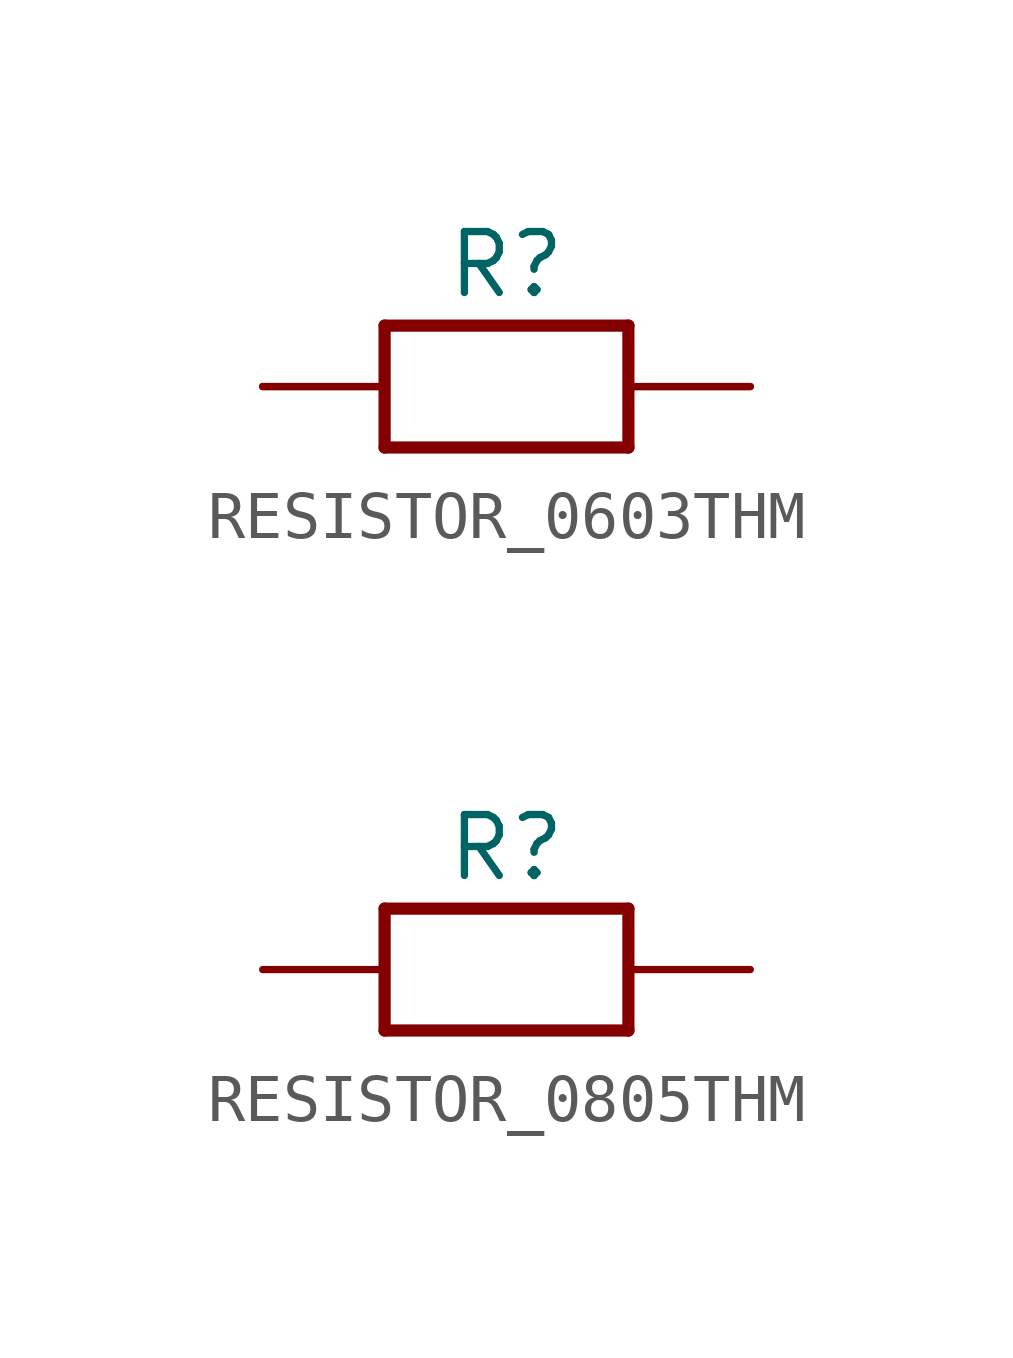
<source format=kicad_sym>
(kicad_symbol_lib
  (version 20231120)
  (generator "kicad_symbol_editor")
  (generator_version "8.0")
  (symbol "RESISTOR_0603THM"
    (property "Reference" "R"
      (at 0 2.54 0)
      (effects (font (size 1.27 1.27))))
    (property "Value" ""
      (at 0 0 0)
      (effects (font (size 1.016 1.016) (bold yes))))
    (property "ki_locked" ""
      (at 0 0 0)
      (effects (font (size 1.27 1.27))))
    (symbol "RESISTOR_0603THM_1_0"
      (polyline (pts (xy -2.54 -1.27) (xy -2.54 1.27)) (stroke (width 0.254) (type solid)) (fill (type none)))
      (polyline (pts (xy -2.54 1.27) (xy 2.54 1.27)) (stroke (width 0.254) (type solid)) (fill (type none)))
      (polyline (pts (xy 2.54 -1.27) (xy -2.54 -1.27)) (stroke (width 0.254) (type solid)) (fill (type none)))
      (polyline (pts (xy 2.54 1.27) (xy 2.54 -1.27)) (stroke (width 0.254) (type solid)) (fill (type none)))
      (pin passive line (at -5.08 0 0) (length 2.54) (name "1" (effects (font (size 0 0)))) (number "1" (effects (font (size 0 0)))))
      (pin passive line (at -5.08 0 0) (length 2.54) (name "1" (effects (font (size 0 0)))) (number "11" (effects (font (size 0 0)))))
      (pin passive line (at 5.08 0 180) (length 2.54) (name "2" (effects (font (size 0 0)))) (number "2" (effects (font (size 0 0)))))
      (pin passive line (at 5.08 0 180) (length 2.54) (name "2" (effects (font (size 0 0)))) (number "22" (effects (font (size 0 0)))))))
  (symbol "RESISTOR_0805THM"
    (property "Reference" "R"
      (at 0 2.54 0)
      (effects (font (size 1.27 1.27))))
    (property "Value" ""
      (at 0 0 0)
      (effects (font (size 1.016 1.016) (bold yes))))
    (property "ki_locked" ""
      (at 0 0 0)
      (effects (font (size 1.27 1.27))))
    (symbol "RESISTOR_0805THM_1_0"
      (polyline (pts (xy -2.54 -1.27) (xy -2.54 1.27)) (stroke (width 0.254) (type solid)) (fill (type none)))
      (polyline (pts (xy -2.54 1.27) (xy 2.54 1.27)) (stroke (width 0.254) (type solid)) (fill (type none)))
      (polyline (pts (xy 2.54 -1.27) (xy -2.54 -1.27)) (stroke (width 0.254) (type solid)) (fill (type none)))
      (polyline (pts (xy 2.54 1.27) (xy 2.54 -1.27)) (stroke (width 0.254) (type solid)) (fill (type none)))
      (pin passive line (at -5.08 0 0) (length 2.54) (name "1" (effects (font (size 0 0)))) (number "1" (effects (font (size 0 0)))))
      (pin passive line (at 5.08 0 180) (length 2.54) (name "2" (effects (font (size 0 0)))) (number "2" (effects (font (size 0 0))))))))
</source>
